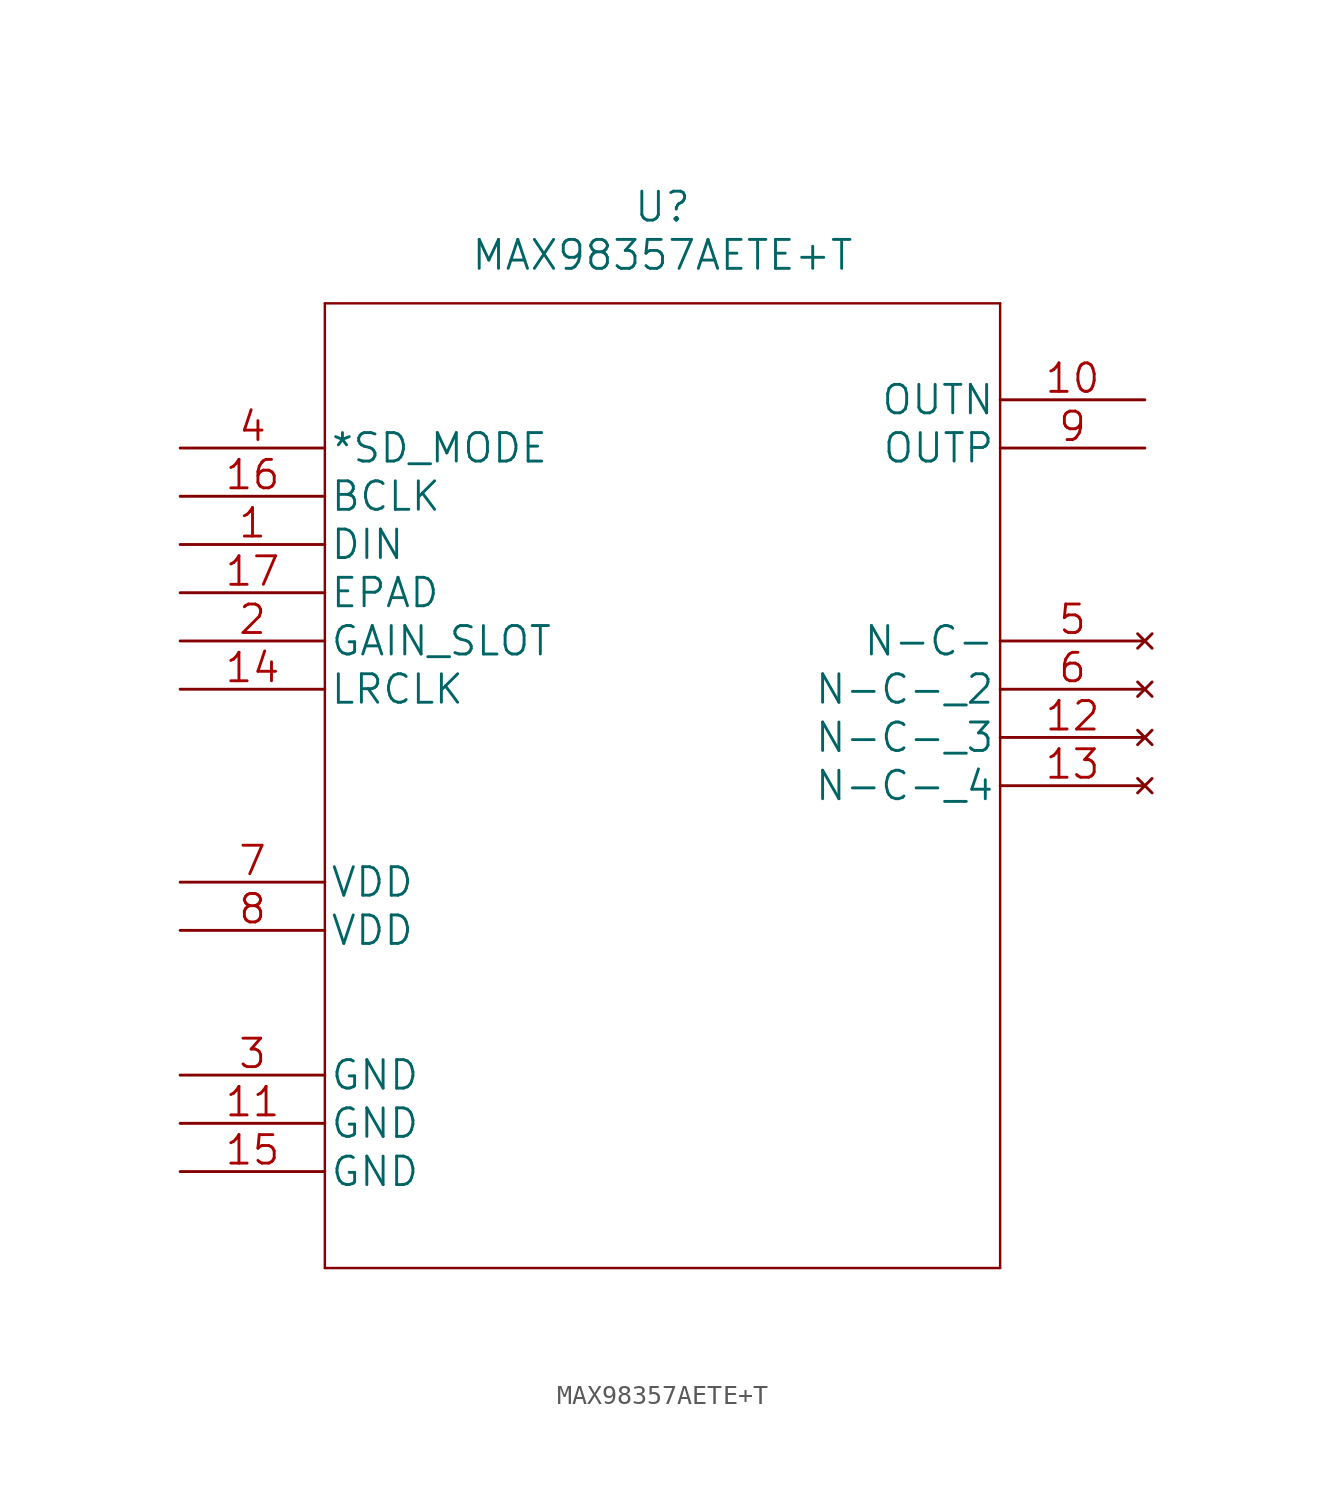
<source format=kicad_sym>
(kicad_symbol_lib
  (version 20211014)
  (generator kicad_symbol_editor)
  (symbol "MAX98357AETE+T"
    (pin_names
      (offset 0.254))
    (property "Reference" "U"
      (at 25.4 12.7 0)
      (effects (font (size 1.524 1.524))))
    (property "Value" "MAX98357AETE+T"
      (at 25.4 10.16 0)
      (effects (font (size 1.524 1.524))))
    (property "Datasheet" ""
      (at 0 0 0)
      (effects (font (size 1.524 1.524))))
    (symbol "MAX98357AETE+T_1_1"
      (polyline (pts (xy 7.62 -43.18) (xy 43.18 -43.18)) (stroke (width 0.127) (type default) (color 0 0 0 0)) (fill (type none)))
      (polyline (pts (xy 7.62 7.62) (xy 7.62 -43.18)) (stroke (width 0.127) (type default) (color 0 0 0 0)) (fill (type none)))
      (polyline (pts (xy 43.18 -43.18) (xy 43.18 7.62)) (stroke (width 0.127) (type default) (color 0 0 0 0)) (fill (type none)))
      (polyline (pts (xy 43.18 7.62) (xy 7.62 7.62)) (stroke (width 0.127) (type default) (color 0 0 0 0)) (fill (type none)))
      (pin unspecified line (at 0 -5.08 0) (length 7.62) (name "DIN" (effects (font (size 1.499 1.499)))) (number "1" (effects (font (size 1.499 1.499)))))
      (pin output line (at 50.8 2.54 180) (length 7.62) (name "OUTN" (effects (font (size 1.499 1.499)))) (number "10" (effects (font (size 1.499 1.499)))))
      (pin power_in line (at 0 -35.56 0) (length 7.62) (name "GND" (effects (font (size 1.499 1.499)))) (number "11" (effects (font (size 1.499 1.499)))))
      (pin no_connect line (at 50.8 -15.24 180) (length 7.62) (name "N-C-_3" (effects (font (size 1.499 1.499)))) (number "12" (effects (font (size 1.499 1.499)))))
      (pin no_connect line (at 50.8 -17.78 180) (length 7.62) (name "N-C-_4" (effects (font (size 1.499 1.499)))) (number "13" (effects (font (size 1.499 1.499)))))
      (pin unspecified line (at 0 -12.7 0) (length 7.62) (name "LRCLK" (effects (font (size 1.499 1.499)))) (number "14" (effects (font (size 1.499 1.499)))))
      (pin power_in line (at 0 -38.1 0) (length 7.62) (name "GND" (effects (font (size 1.499 1.499)))) (number "15" (effects (font (size 1.499 1.499)))))
      (pin unspecified line (at 0 -2.54 0) (length 7.62) (name "BCLK" (effects (font (size 1.499 1.499)))) (number "16" (effects (font (size 1.499 1.499)))))
      (pin unspecified line (at 0 -7.62 0) (length 7.62) (name "EPAD" (effects (font (size 1.499 1.499)))) (number "17" (effects (font (size 1.499 1.499)))))
      (pin unspecified line (at 0 -10.16 0) (length 7.62) (name "GAIN_SLOT" (effects (font (size 1.499 1.499)))) (number "2" (effects (font (size 1.499 1.499)))))
      (pin power_in line (at 0 -33.02 0) (length 7.62) (name "GND" (effects (font (size 1.499 1.499)))) (number "3" (effects (font (size 1.499 1.499)))))
      (pin unspecified line (at 0 0 0) (length 7.62) (name "*SD_MODE" (effects (font (size 1.499 1.499)))) (number "4" (effects (font (size 1.499 1.499)))))
      (pin no_connect line (at 50.8 -10.16 180) (length 7.62) (name "N-C-" (effects (font (size 1.499 1.499)))) (number "5" (effects (font (size 1.499 1.499)))))
      (pin no_connect line (at 50.8 -12.7 180) (length 7.62) (name "N-C-_2" (effects (font (size 1.499 1.499)))) (number "6" (effects (font (size 1.499 1.499)))))
      (pin power_in line (at 0 -22.86 0) (length 7.62) (name "VDD" (effects (font (size 1.499 1.499)))) (number "7" (effects (font (size 1.499 1.499)))))
      (pin power_in line (at 0 -25.4 0) (length 7.62) (name "VDD" (effects (font (size 1.499 1.499)))) (number "8" (effects (font (size 1.499 1.499)))))
      (pin output line (at 50.8 0 180) (length 7.62) (name "OUTP" (effects (font (size 1.499 1.499)))) (number "9" (effects (font (size 1.499 1.499))))))))
</source>
